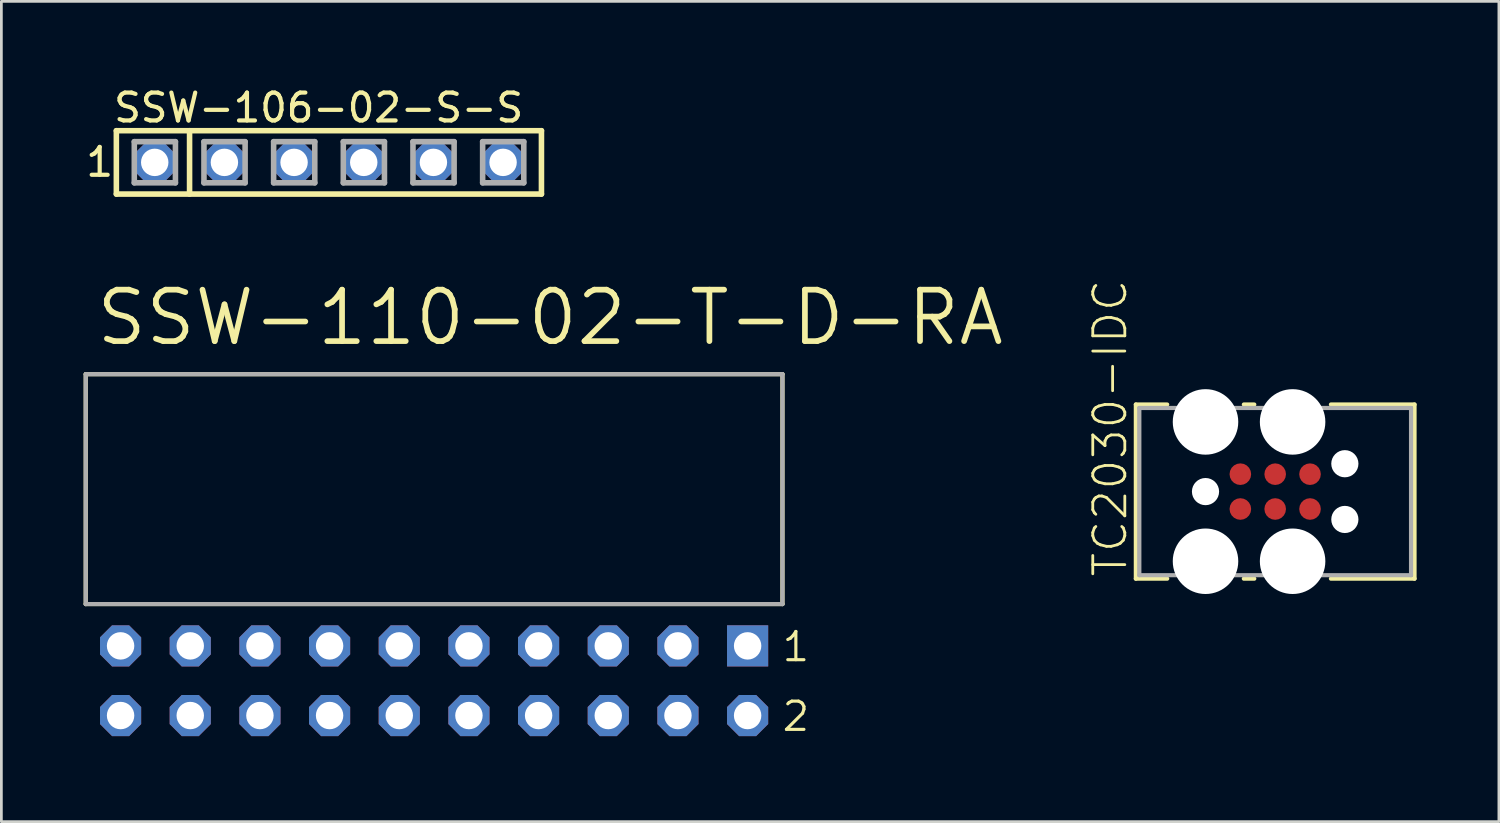
<source format=kicad_pcb>
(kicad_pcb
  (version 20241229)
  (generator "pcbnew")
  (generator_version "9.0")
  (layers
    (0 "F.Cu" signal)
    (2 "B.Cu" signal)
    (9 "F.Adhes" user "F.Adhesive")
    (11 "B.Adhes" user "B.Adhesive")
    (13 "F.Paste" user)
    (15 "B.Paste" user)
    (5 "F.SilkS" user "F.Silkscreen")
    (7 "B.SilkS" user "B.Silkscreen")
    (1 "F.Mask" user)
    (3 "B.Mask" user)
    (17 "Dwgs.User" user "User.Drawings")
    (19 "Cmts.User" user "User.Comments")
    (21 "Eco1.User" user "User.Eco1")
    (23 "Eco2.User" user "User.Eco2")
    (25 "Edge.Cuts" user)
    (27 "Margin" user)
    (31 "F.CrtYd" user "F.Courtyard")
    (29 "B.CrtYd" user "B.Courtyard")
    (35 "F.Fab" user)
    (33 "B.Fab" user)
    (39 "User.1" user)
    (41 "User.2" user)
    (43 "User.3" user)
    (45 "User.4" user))
  (footprint "TC2030-IDC"
    (layer "F.Cu")
    (at 43.44 14.872)
    (property "Reference" "TC2030-IDC" (at -5.334 3.175 90) (layer "F.SilkS") (effects (font (size 1.168 1.168) (thickness 0.102)) (justify left bottom)))
    (fp_line (start -5.08 -3.175) (end -5.08 3.175) (stroke (width 0.152) (type solid)) (layer "F.SilkS"))
    (fp_line (start -5.08 3.175) (end -3.937 3.175) (stroke (width 0.152) (type solid)) (layer "F.SilkS"))
    (fp_line (start -3.937 -3.175) (end -5.08 -3.175) (stroke (width 0.152) (type solid)) (layer "F.SilkS"))
    (fp_line (start -1.143 3.175) (end -0.762 3.175) (stroke (width 0.152) (type solid)) (layer "F.SilkS"))
    (fp_line (start -0.762 -3.175) (end -1.143 -3.175) (stroke (width 0.152) (type solid)) (layer "F.SilkS"))
    (fp_line (start 2.032 3.175) (end 5.08 3.175) (stroke (width 0.152) (type solid)) (layer "F.SilkS"))
    (fp_line (start 5.08 -3.175) (end 2.032 -3.175) (stroke (width 0.152) (type solid)) (layer "F.SilkS"))
    (fp_line (start 5.08 3.175) (end 5.08 -3.175) (stroke (width 0.152) (type solid)) (layer "F.SilkS"))
    (fp_line (start -4.953 -3.048) (end -4.953 3.048) (stroke (width 0.152) (type solid)) (layer "F.Fab"))
    (fp_line (start -4.953 3.048) (end 4.953 3.048) (stroke (width 0.152) (type solid)) (layer "F.Fab"))
    (fp_line (start 4.953 -3.048) (end -4.953 -3.048) (stroke (width 0.152) (type solid)) (layer "F.Fab"))
    (fp_line (start 4.953 3.048) (end 4.953 -3.048) (stroke (width 0.152) (type solid)) (layer "F.Fab"))
    (pad "" np_thru_hole circle (at -2.54 -2.54) (size 2.388 2.388) (drill 2.388) (layers "*.Cu" "*.Mask"))
    (pad "" np_thru_hole circle (at -2.54 0) (size 0.991 0.991) (drill 0.991) (layers "*.Cu" "*.Mask"))
    (pad "" np_thru_hole circle (at -2.54 2.54) (size 2.388 2.388) (drill 2.388) (layers "*.Cu" "*.Mask"))
    (pad "" np_thru_hole circle (at 0.635 -2.54) (size 2.388 2.388) (drill 2.388) (layers "*.Cu" "*.Mask"))
    (pad "" np_thru_hole circle (at 0.635 2.54) (size 2.388 2.388) (drill 2.388) (layers "*.Cu" "*.Mask"))
    (pad "" np_thru_hole circle (at 2.54 -1.016) (size 0.991 0.991) (drill 0.991) (layers "*.Cu" "*.Mask"))
    (pad "" np_thru_hole circle (at 2.54 1.016) (size 0.991 0.991) (drill 0.991) (layers "*.Cu" "*.Mask"))
    (pad "1" smd roundrect (at -1.27 0.635) (size 0.787 0.787) (layers "F.Cu" "F.Mask" "F.Paste") (roundrect_rratio 0.5))
    (pad "2" smd roundrect (at -1.27 -0.635) (size 0.787 0.787) (layers "F.Cu" "F.Mask" "F.Paste") (roundrect_rratio 0.5))
    (pad "3" smd roundrect (at 0 0.635) (size 0.787 0.787) (layers "F.Cu" "F.Mask" "F.Paste") (roundrect_rratio 0.5))
    (pad "4" smd roundrect (at 0 -0.635) (size 0.787 0.787) (layers "F.Cu" "F.Mask" "F.Paste") (roundrect_rratio 0.5))
    (pad "5" smd roundrect (at 1.27 0.635) (size 0.787 0.787) (layers "F.Cu" "F.Mask" "F.Paste") (roundrect_rratio 0.5))
    (pad "6" smd roundrect (at 1.27 -0.635) (size 0.787 0.787) (layers "F.Cu" "F.Mask" "F.Paste") (roundrect_rratio 0.5)))
  (footprint "SSW-110-02-T-D-RA"
    (layer "F.Cu")
    (at 1.346 23.037)
    (property "Reference" "SSW-110-02-T-D-RA" (at -0.991 -13.411 0) (layer "F.SilkS") (effects (font (size 1.875 1.875) (thickness 0.208)) (justify left bottom)))
    (fp_line (start -1.27 -12.446) (end -1.27 -4.064) (stroke (width 0.152) (type solid)) (layer "F.SilkS"))
    (fp_line (start -1.27 -4.064) (end 24.13 -4.064) (stroke (width 0.152) (type solid)) (layer "F.SilkS"))
    (fp_line (start 24.13 -12.446) (end -1.27 -12.446) (stroke (width 0.152) (type solid)) (layer "F.SilkS"))
    (fp_line (start 24.13 -4.064) (end 24.13 -12.446) (stroke (width 0.152) (type solid)) (layer "F.SilkS"))
    (fp_line (start -1.27 -12.446) (end -1.27 -4.064) (stroke (width 0.152) (type solid)) (layer "F.Fab"))
    (fp_line (start -1.27 -4.064) (end 24.13 -4.064) (stroke (width 0.152) (type solid)) (layer "F.Fab"))
    (fp_line (start 24.13 -12.446) (end -1.27 -12.446) (stroke (width 0.152) (type solid)) (layer "F.Fab"))
    (fp_line (start 24.13 -4.064) (end 24.13 -12.446) (stroke (width 0.152) (type solid)) (layer "F.Fab"))
    (fp_text user "2" (at 24.054 0.635 0) (layer "F.SilkS") (effects (font (size 1.029 1.029) (thickness 0.114)) (justify left bottom)))
    (fp_text user "1" (at 24.054 -1.905 0) (layer "F.SilkS") (effects (font (size 1.029 1.029) (thickness 0.114)) (justify left bottom)))
    (pad "1" thru_hole rect (at 22.86 -2.54) (size 1.5 1.5) (drill 1) (layers "*.Cu" "*.Mask"))
    (pad "2" thru_hole roundrect (at 22.86 0) (size 1.5 1.5) (drill 1) (layers "*.Cu" "*.Mask") (roundrect_rratio 0.25) (chamfer_ratio 0.293) (chamfer top_left top_right bottom_left bottom_right))
    (pad "3" thru_hole roundrect (at 20.32 -2.54) (size 1.5 1.5) (drill 1) (layers "*.Cu" "*.Mask") (roundrect_rratio 0.25) (chamfer_ratio 0.293) (chamfer top_left top_right bottom_left bottom_right))
    (pad "4" thru_hole roundrect (at 20.32 0) (size 1.5 1.5) (drill 1) (layers "*.Cu" "*.Mask") (roundrect_rratio 0.25) (chamfer_ratio 0.293) (chamfer top_left top_right bottom_left bottom_right))
    (pad "5" thru_hole roundrect (at 17.78 -2.54) (size 1.5 1.5) (drill 1) (layers "*.Cu" "*.Mask") (roundrect_rratio 0.25) (chamfer_ratio 0.293) (chamfer top_left top_right bottom_left bottom_right))
    (pad "6" thru_hole roundrect (at 17.78 0) (size 1.5 1.5) (drill 1) (layers "*.Cu" "*.Mask") (roundrect_rratio 0.25) (chamfer_ratio 0.293) (chamfer top_left top_right bottom_left bottom_right))
    (pad "7" thru_hole roundrect (at 15.24 -2.54) (size 1.5 1.5) (drill 1) (layers "*.Cu" "*.Mask") (roundrect_rratio 0.25) (chamfer_ratio 0.293) (chamfer top_left top_right bottom_left bottom_right))
    (pad "8" thru_hole roundrect (at 15.24 0) (size 1.5 1.5) (drill 1) (layers "*.Cu" "*.Mask") (roundrect_rratio 0.25) (chamfer_ratio 0.293) (chamfer top_left top_right bottom_left bottom_right))
    (pad "9" thru_hole roundrect (at 12.7 -2.54) (size 1.5 1.5) (drill 1) (layers "*.Cu" "*.Mask") (roundrect_rratio 0.25) (chamfer_ratio 0.293) (chamfer top_left top_right bottom_left bottom_right))
    (pad "10" thru_hole roundrect (at 12.7 0) (size 1.5 1.5) (drill 1) (layers "*.Cu" "*.Mask") (roundrect_rratio 0.25) (chamfer_ratio 0.293) (chamfer top_left top_right bottom_left bottom_right))
    (pad "11" thru_hole roundrect (at 10.16 -2.54) (size 1.5 1.5) (drill 1) (layers "*.Cu" "*.Mask") (roundrect_rratio 0.25) (chamfer_ratio 0.293) (chamfer top_left top_right bottom_left bottom_right))
    (pad "12" thru_hole roundrect (at 10.16 0) (size 1.5 1.5) (drill 1) (layers "*.Cu" "*.Mask") (roundrect_rratio 0.25) (chamfer_ratio 0.293) (chamfer top_left top_right bottom_left bottom_right))
    (pad "13" thru_hole roundrect (at 7.62 -2.54) (size 1.5 1.5) (drill 1) (layers "*.Cu" "*.Mask") (roundrect_rratio 0.25) (chamfer_ratio 0.293) (chamfer top_left top_right bottom_left bottom_right))
    (pad "14" thru_hole roundrect (at 7.62 0) (size 1.5 1.5) (drill 1) (layers "*.Cu" "*.Mask") (roundrect_rratio 0.25) (chamfer_ratio 0.293) (chamfer top_left top_right bottom_left bottom_right))
    (pad "15" thru_hole roundrect (at 5.08 -2.54) (size 1.5 1.5) (drill 1) (layers "*.Cu" "*.Mask") (roundrect_rratio 0.25) (chamfer_ratio 0.293) (chamfer top_left top_right bottom_left bottom_right))
    (pad "16" thru_hole roundrect (at 5.08 0) (size 1.5 1.5) (drill 1) (layers "*.Cu" "*.Mask") (roundrect_rratio 0.25) (chamfer_ratio 0.293) (chamfer top_left top_right bottom_left bottom_right))
    (pad "17" thru_hole roundrect (at 2.54 -2.54) (size 1.5 1.5) (drill 1) (layers "*.Cu" "*.Mask") (roundrect_rratio 0.25) (chamfer_ratio 0.293) (chamfer top_left top_right bottom_left bottom_right))
    (pad "18" thru_hole roundrect (at 2.54 0) (size 1.5 1.5) (drill 1) (layers "*.Cu" "*.Mask") (roundrect_rratio 0.25) (chamfer_ratio 0.293) (chamfer top_left top_right bottom_left bottom_right))
    (pad "19" thru_hole roundrect (at 0 -2.54) (size 1.5 1.5) (drill 1) (layers "*.Cu" "*.Mask") (roundrect_rratio 0.25) (chamfer_ratio 0.293) (chamfer top_left top_right bottom_left bottom_right))
    (pad "20" thru_hole roundrect (at 0 0) (size 1.5 1.5) (drill 1) (layers "*.Cu" "*.Mask") (roundrect_rratio 0.25) (chamfer_ratio 0.293) (chamfer top_left top_right bottom_left bottom_right)))
  (footprint "SSW-106-02-S-S"
    (layer "F.Cu")
    (at 8.941 2.87)
    (property "Reference" "SSW-106-02-S-S" (at -7.925 -1.397 180) (layer "F.SilkS") (effects (font (size 1.016 1.016) (thickness 0.152)) (justify left bottom)))
    (fp_line (start -7.749 -1.155) (end 7.749 -1.155) (stroke (width 0.203) (type solid)) (layer "F.SilkS"))
    (fp_line (start -7.749 1.155) (end -7.749 -1.155) (stroke (width 0.203) (type solid)) (layer "F.SilkS"))
    (fp_line (start -5.08 1.155) (end -5.08 -1.155) (stroke (width 0.203) (type solid)) (layer "F.SilkS"))
    (fp_line (start 7.749 -1.155) (end 7.749 1.155) (stroke (width 0.203) (type solid)) (layer "F.SilkS"))
    (fp_line (start 7.749 1.155) (end -7.749 1.155) (stroke (width 0.203) (type solid)) (layer "F.SilkS"))
    (fp_line (start -7.095 -0.755) (end -5.595 -0.755) (stroke (width 0.203) (type solid)) (layer "F.Fab"))
    (fp_line (start -7.095 0.745) (end -7.095 -0.755) (stroke (width 0.203) (type solid)) (layer "F.Fab"))
    (fp_line (start -5.595 -0.755) (end -5.595 0.745) (stroke (width 0.203) (type solid)) (layer "F.Fab"))
    (fp_line (start -5.595 0.745) (end -7.095 0.745) (stroke (width 0.203) (type solid)) (layer "F.Fab"))
    (fp_line (start -4.555 -0.755) (end -3.055 -0.755) (stroke (width 0.203) (type solid)) (layer "F.Fab"))
    (fp_line (start -4.555 0.745) (end -4.555 -0.755) (stroke (width 0.203) (type solid)) (layer "F.Fab"))
    (fp_line (start -3.055 -0.755) (end -3.055 0.745) (stroke (width 0.203) (type solid)) (layer "F.Fab"))
    (fp_line (start -3.055 0.745) (end -4.555 0.745) (stroke (width 0.203) (type solid)) (layer "F.Fab"))
    (fp_line (start -2.015 -0.755) (end -0.515 -0.755) (stroke (width 0.203) (type solid)) (layer "F.Fab"))
    (fp_line (start -2.015 0.745) (end -2.015 -0.755) (stroke (width 0.203) (type solid)) (layer "F.Fab"))
    (fp_line (start -0.515 -0.755) (end -0.515 0.745) (stroke (width 0.203) (type solid)) (layer "F.Fab"))
    (fp_line (start -0.515 0.745) (end -2.015 0.745) (stroke (width 0.203) (type solid)) (layer "F.Fab"))
    (fp_line (start 0.525 -0.755) (end 2.025 -0.755) (stroke (width 0.203) (type solid)) (layer "F.Fab"))
    (fp_line (start 0.525 0.745) (end 0.525 -0.755) (stroke (width 0.203) (type solid)) (layer "F.Fab"))
    (fp_line (start 2.025 -0.755) (end 2.025 0.745) (stroke (width 0.203) (type solid)) (layer "F.Fab"))
    (fp_line (start 2.025 0.745) (end 0.525 0.745) (stroke (width 0.203) (type solid)) (layer "F.Fab"))
    (fp_line (start 3.065 -0.755) (end 4.565 -0.755) (stroke (width 0.203) (type solid)) (layer "F.Fab"))
    (fp_line (start 3.065 0.745) (end 3.065 -0.755) (stroke (width 0.203) (type solid)) (layer "F.Fab"))
    (fp_line (start 4.565 -0.755) (end 4.565 0.745) (stroke (width 0.203) (type solid)) (layer "F.Fab"))
    (fp_line (start 4.565 0.745) (end 3.065 0.745) (stroke (width 0.203) (type solid)) (layer "F.Fab"))
    (fp_line (start 5.605 -0.755) (end 7.105 -0.755) (stroke (width 0.203) (type solid)) (layer "F.Fab"))
    (fp_line (start 5.605 0.745) (end 5.605 -0.755) (stroke (width 0.203) (type solid)) (layer "F.Fab"))
    (fp_line (start 7.105 -0.755) (end 7.105 0.745) (stroke (width 0.203) (type solid)) (layer "F.Fab"))
    (fp_line (start 7.105 0.745) (end 5.605 0.745) (stroke (width 0.203) (type solid)) (layer "F.Fab"))
    (fp_text user "1" (at -8.941 0.584 0) (layer "F.SilkS") (effects (font (size 1.016 1.016) (thickness 0.152) (bold yes)) (justify left bottom)))
    (pad "1" thru_hole roundrect (at -6.35 0) (size 1.5 1.5) (drill 1) (layers "*.Cu" "*.Mask") (roundrect_rratio 0.25) (chamfer_ratio 0.293) (chamfer top_left top_right bottom_left bottom_right))
    (pad "2" thru_hole roundrect (at -3.81 0) (size 1.5 1.5) (drill 1) (layers "*.Cu" "*.Mask") (roundrect_rratio 0.25) (chamfer_ratio 0.293) (chamfer top_left top_right bottom_left bottom_right))
    (pad "3" thru_hole roundrect (at -1.27 0) (size 1.5 1.5) (drill 1) (layers "*.Cu" "*.Mask") (roundrect_rratio 0.25) (chamfer_ratio 0.293) (chamfer top_left top_right bottom_left bottom_right))
    (pad "4" thru_hole roundrect (at 1.27 0) (size 1.5 1.5) (drill 1) (layers "*.Cu" "*.Mask") (roundrect_rratio 0.25) (chamfer_ratio 0.293) (chamfer top_left top_right bottom_left bottom_right))
    (pad "5" thru_hole roundrect (at 3.81 0) (size 1.5 1.5) (drill 1) (layers "*.Cu" "*.Mask") (roundrect_rratio 0.25) (chamfer_ratio 0.293) (chamfer top_left top_right bottom_left bottom_right))
    (pad "6" thru_hole roundrect (at 6.35 0) (size 1.5 1.5) (drill 1) (layers "*.Cu" "*.Mask") (roundrect_rratio 0.25) (chamfer_ratio 0.293) (chamfer top_left top_right bottom_left bottom_right)))
  (gr_rect
    (start -3 -3)
    (end 51.596 26.906)
    (stroke (width 0.1) (type default))
    (fill no)
    (layer "Edge.Cuts")))
</source>
